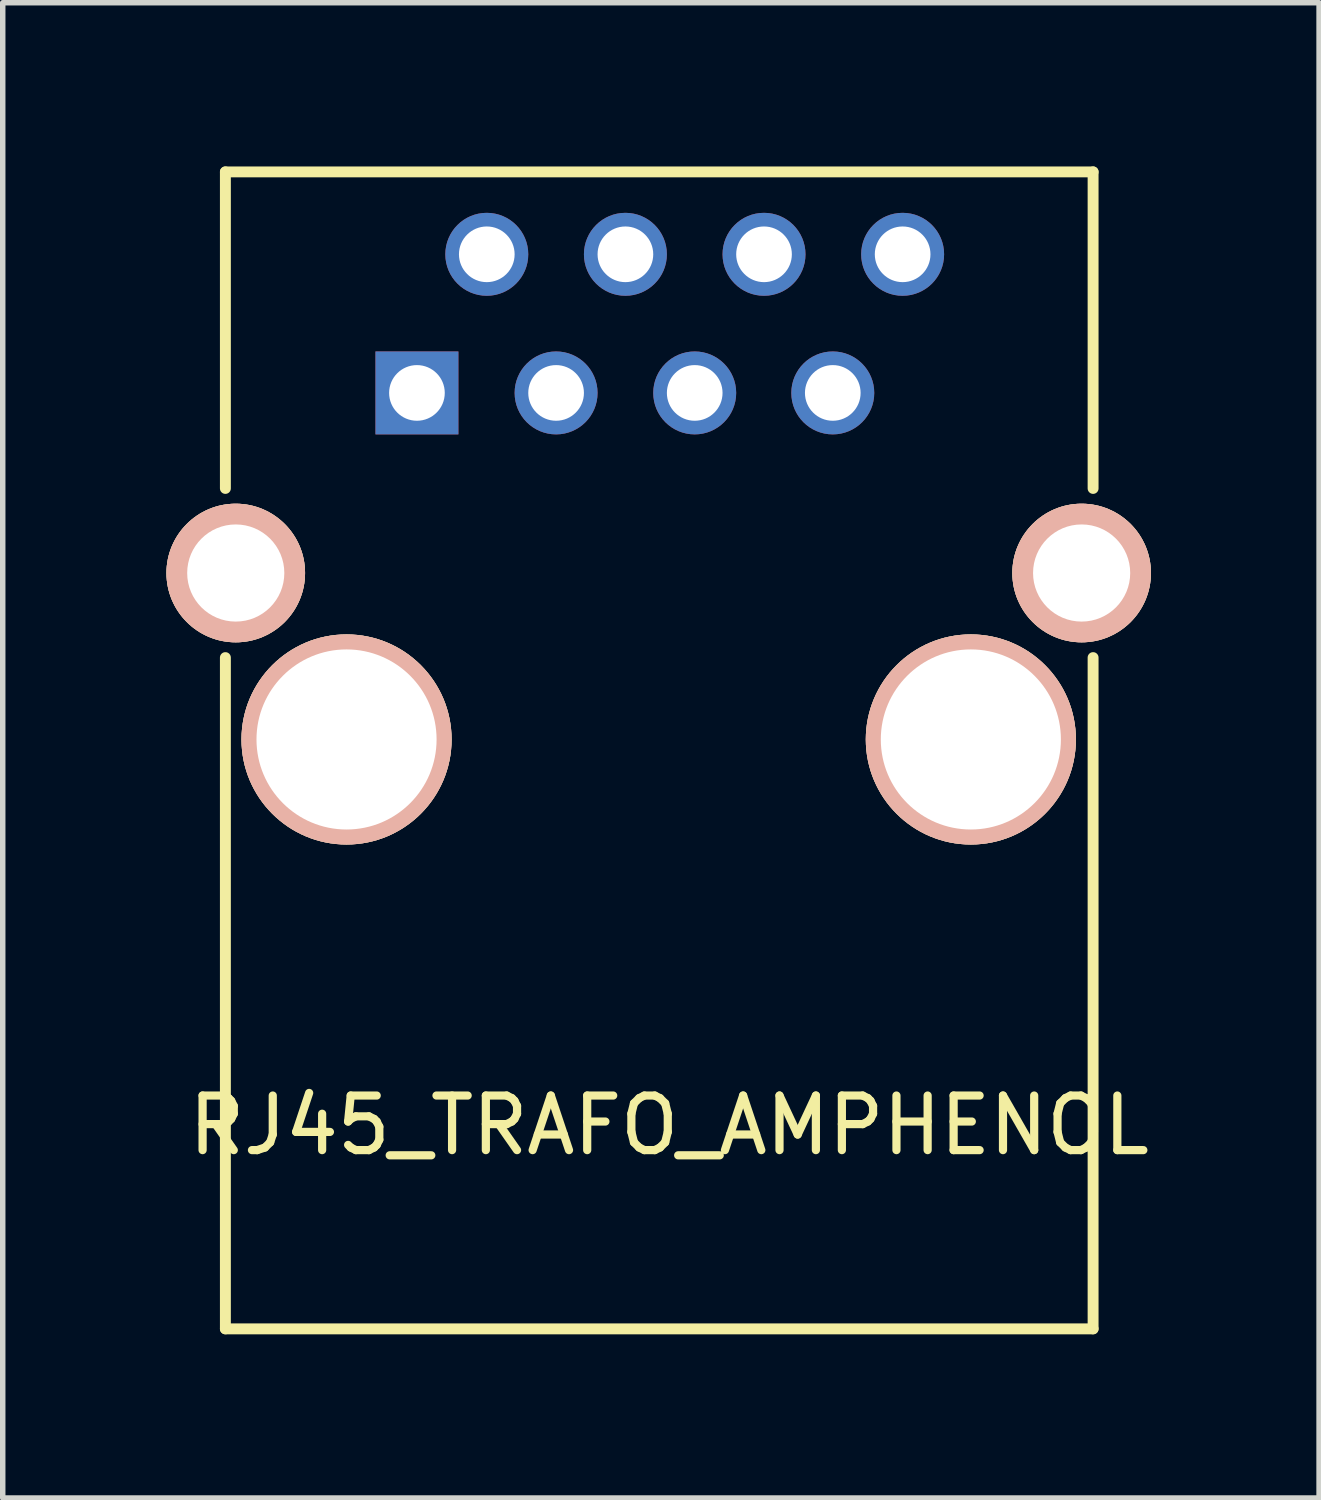
<source format=kicad_pcb>
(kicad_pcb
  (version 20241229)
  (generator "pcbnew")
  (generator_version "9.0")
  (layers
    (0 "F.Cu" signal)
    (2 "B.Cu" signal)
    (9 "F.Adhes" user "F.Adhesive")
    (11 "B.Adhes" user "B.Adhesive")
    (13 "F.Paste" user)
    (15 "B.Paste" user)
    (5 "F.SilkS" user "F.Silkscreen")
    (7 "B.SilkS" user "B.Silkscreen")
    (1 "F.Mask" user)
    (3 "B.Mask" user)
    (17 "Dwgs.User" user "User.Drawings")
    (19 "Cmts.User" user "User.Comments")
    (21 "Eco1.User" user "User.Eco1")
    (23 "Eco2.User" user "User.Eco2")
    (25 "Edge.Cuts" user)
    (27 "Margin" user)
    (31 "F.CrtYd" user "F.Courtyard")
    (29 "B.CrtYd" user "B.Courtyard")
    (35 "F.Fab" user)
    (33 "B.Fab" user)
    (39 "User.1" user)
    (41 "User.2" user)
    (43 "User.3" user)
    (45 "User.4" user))
  (footprint "RJ45_TRAFO_AMPHENOL"
    (layer "F.Cu")
    (at 12.83 1.61)
    (property "Reference" "RJ45_TRAFO_AMPHENOL" (at -3.62 15.96 0) (layer "F.SilkS") (effects (font (size 1 1) (thickness 0.15))))
    (attr through_hole)
    (fp_line (start -11.75 -1.51) (end -11.75 4.29) (stroke (width 0.2) (type solid)) (layer "F.SilkS"))
    (fp_line (start -11.75 7.39) (end -11.75 19.69) (stroke (width 0.2) (type solid)) (layer "F.SilkS"))
    (fp_line (start -11.75 19.69) (end 4.15 19.69) (stroke (width 0.2) (type solid)) (layer "F.SilkS"))
    (fp_line (start 4.15 -1.51) (end -11.75 -1.51) (stroke (width 0.2) (type solid)) (layer "F.SilkS"))
    (fp_line (start 4.15 -1.51) (end 4.15 4.29) (stroke (width 0.2) (type solid)) (layer "F.SilkS"))
    (fp_line (start 4.15 19.69) (end 4.15 7.39) (stroke (width 0.2) (type solid)) (layer "F.SilkS"))
    (pad "1" thru_hole rect (at -8.24 2.54) (size 1.52 1.52) (drill 1.02) (layers "*.Cu" "*.Mask"))
    (pad "2" thru_hole circle (at -6.96 0) (size 1.52 1.52) (drill 1.02) (layers "*.Cu" "*.Mask"))
    (pad "3" thru_hole circle (at -5.69 2.54) (size 1.52 1.52) (drill 1.02) (layers "*.Cu" "*.Mask"))
    (pad "4" thru_hole circle (at -4.42 0) (size 1.52 1.52) (drill 1.02) (layers "*.Cu" "*.Mask"))
    (pad "5" thru_hole circle (at -3.15 2.54) (size 1.52 1.52) (drill 1.02) (layers "*.Cu" "*.Mask"))
    (pad "6" thru_hole circle (at -1.88 0) (size 1.52 1.52) (drill 1.02) (layers "*.Cu" "*.Mask"))
    (pad "7" thru_hole circle (at -0.62 2.54) (size 1.52 1.52) (drill 1.02) (layers "*.Cu" "*.Mask"))
    (pad "8" thru_hole circle (at 0.66 0) (size 1.52 1.52) (drill 1.02) (layers "*.Cu" "*.Mask"))
    (pad "13" thru_hole circle (at -11.56 5.84) (size 2.54 2.54) (drill 1.78) (layers "*.Cu" "*.SilkS" "*.Mask"))
    (pad "13" thru_hole circle (at 3.94 5.84) (size 2.54 2.54) (drill 1.78) (layers "*.Cu" "*.SilkS" "*.Mask"))
    (pad "Hole" thru_hole circle (at -9.53 8.89) (size 3.85 3.85) (drill 3.3) (layers "*.Cu" "*.SilkS" "*.Mask"))
    (pad "Hole" thru_hole circle (at 1.91 8.89) (size 3.85 3.85) (drill 3.3) (layers "*.Cu" "*.SilkS" "*.Mask")))
  (gr_rect
    (start -3 -3)
    (end 21.121 24.4)
    (stroke (width 0.1) (type default))
    (fill no)
    (layer "Edge.Cuts")))
</source>
